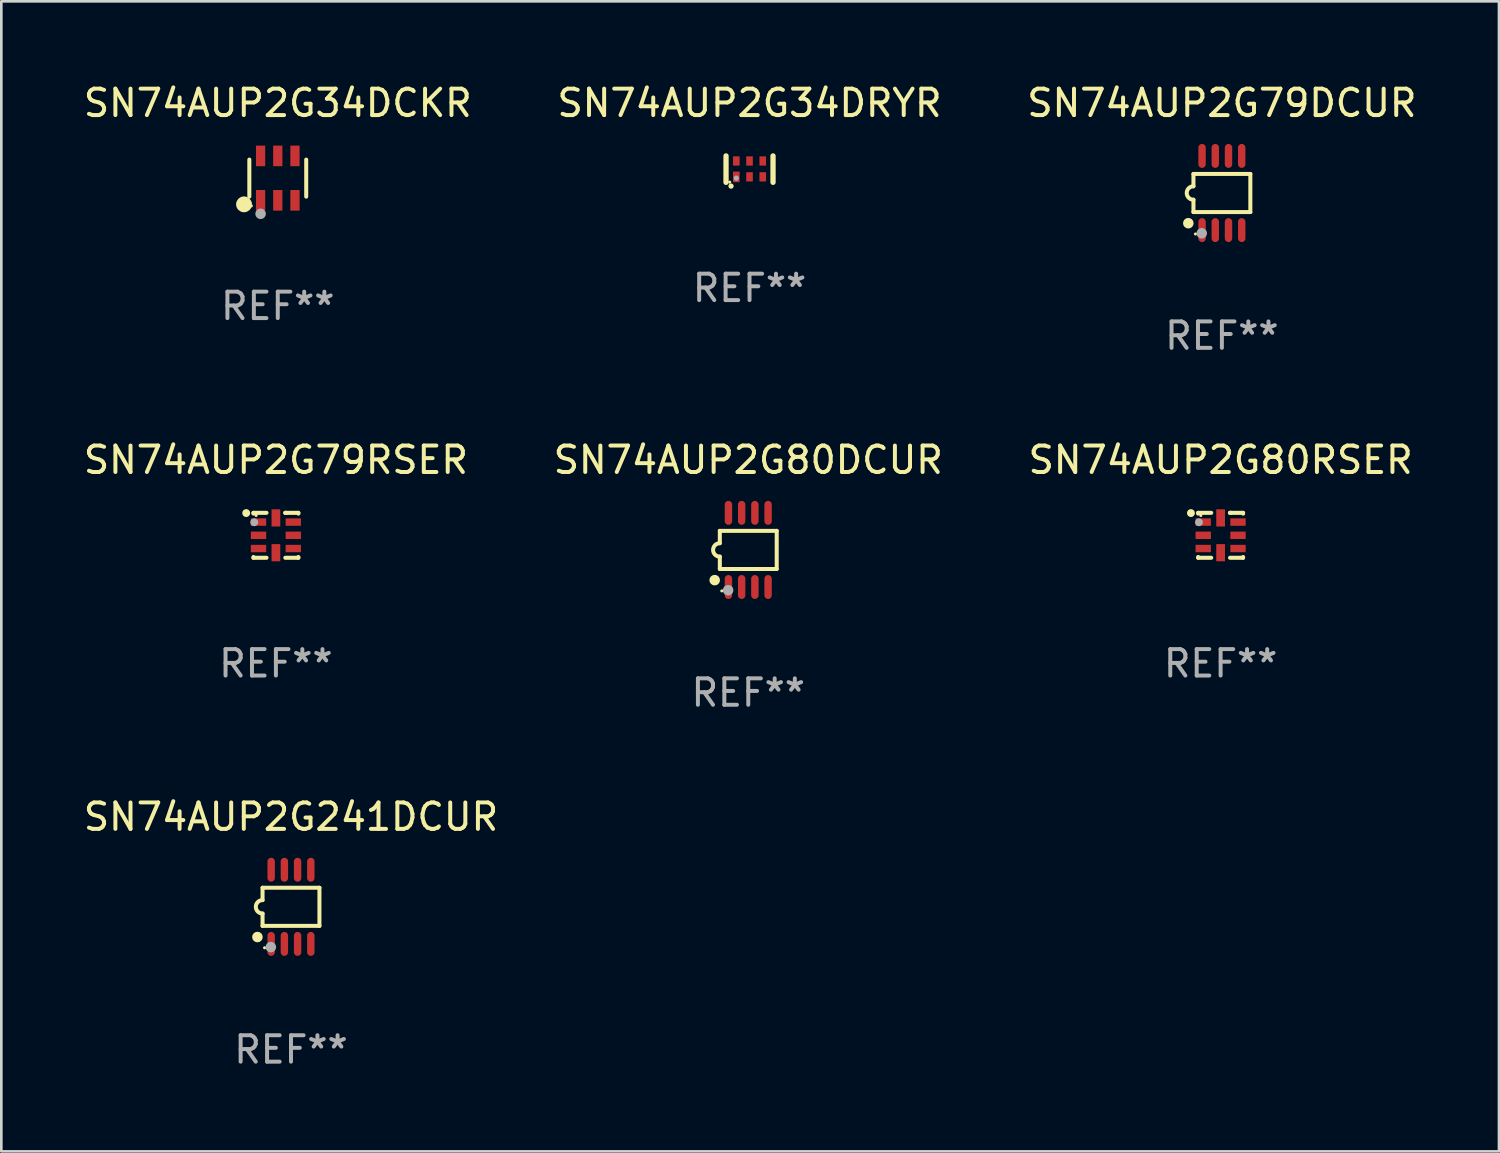
<source format=kicad_pcb>
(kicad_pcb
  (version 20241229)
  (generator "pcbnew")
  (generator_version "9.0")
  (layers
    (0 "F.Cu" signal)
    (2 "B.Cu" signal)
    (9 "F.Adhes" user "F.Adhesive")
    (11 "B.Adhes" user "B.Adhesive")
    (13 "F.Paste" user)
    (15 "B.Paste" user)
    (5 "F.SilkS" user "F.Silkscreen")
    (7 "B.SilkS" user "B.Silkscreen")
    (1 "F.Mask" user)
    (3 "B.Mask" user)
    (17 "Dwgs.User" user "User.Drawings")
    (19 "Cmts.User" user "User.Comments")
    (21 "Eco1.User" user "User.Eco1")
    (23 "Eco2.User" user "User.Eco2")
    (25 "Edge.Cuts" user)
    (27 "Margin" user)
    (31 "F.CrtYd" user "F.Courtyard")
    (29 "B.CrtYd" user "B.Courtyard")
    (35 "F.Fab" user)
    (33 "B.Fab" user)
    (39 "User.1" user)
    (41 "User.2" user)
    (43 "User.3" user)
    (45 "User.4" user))
  (footprint "SN74AUP2G34DCKR"
    (layer "F.Cu")
    (at 7.458 3.688)
    (property "Reference" "SN74AUP2G34DCKR" (at 0 -2.84 0) (layer "F.SilkS") (effects (font (size 1 1) (thickness 0.15))))
    (attr through_hole)
    (fp_line (start -1.076 0.701) (end -1.076 -0.701) (stroke (width 0.152) (type solid)) (layer "F.SilkS"))
    (fp_line (start 1.076 0.701) (end 1.076 -0.701) (stroke (width 0.152) (type solid)) (layer "F.SilkS"))
    (fp_circle (center -1.277 0.992) (end -1.127 0.992) (stroke (width 0.3) (type solid)) (fill no) (layer "F.SilkS"))
    (fp_circle (center -1 1.05) (end -0.97 1.05) (stroke (width 0.06) (type solid)) (fill no) (layer "F.SilkS"))
    (fp_circle (center -0.65 1.35) (end -0.55 1.35) (stroke (width 0.2) (type solid)) (fill no) (layer "F.Fab"))
    (fp_text user "REF**" (at 0 4.84 0) (layer "F.Fab") (effects (font (size 1 1) (thickness 0.15))))
    (pad "1" smd rect (at -0.65 0.84) (size 0.35 0.78) (layers "F.Cu" "F.Mask" "F.Paste"))
    (pad "2" smd rect (at 0 0.84) (size 0.35 0.78) (layers "F.Cu" "F.Mask" "F.Paste"))
    (pad "3" smd rect (at 0.65 0.84) (size 0.35 0.78) (layers "F.Cu" "F.Mask" "F.Paste"))
    (pad "4" smd rect (at 0.65 -0.84) (size 0.35 0.78) (layers "F.Cu" "F.Mask" "F.Paste"))
    (pad "5" smd rect (at 0 -0.84) (size 0.35 0.78) (layers "F.Cu" "F.Mask" "F.Paste"))
    (pad "6" smd rect (at -0.65 -0.84) (size 0.35 0.78) (layers "F.Cu" "F.Mask" "F.Paste")))
  (footprint "SN74AUP2G80RSER"
    (layer "F.Cu")
    (at 43.125 17.2)
    (property "Reference" "SN74AUP2G80RSER" (at 0 -2.85 0) (layer "F.SilkS") (effects (font (size 1 1) (thickness 0.15))))
    (attr through_hole)
    (fp_line (start -0.85 -0.85) (end -0.355 -0.85) (stroke (width 0.152) (type solid)) (layer "F.SilkS"))
    (fp_line (start -0.85 -0.82) (end -0.85 -0.85) (stroke (width 0.152) (type solid)) (layer "F.SilkS"))
    (fp_line (start -0.85 0.85) (end -0.85 0.82) (stroke (width 0.152) (type solid)) (layer "F.SilkS"))
    (fp_line (start -0.355 0.85) (end -0.85 0.85) (stroke (width 0.152) (type solid)) (layer "F.SilkS"))
    (fp_line (start 0.35 -0.85) (end 0.85 -0.85) (stroke (width 0.152) (type solid)) (layer "F.SilkS"))
    (fp_line (start 0.355 -0.85) (end 0.4 -0.85) (stroke (width 0.152) (type solid)) (layer "F.SilkS"))
    (fp_line (start 0.85 -0.85) (end 0.85 -0.82) (stroke (width 0.152) (type solid)) (layer "F.SilkS"))
    (fp_line (start 0.85 0.82) (end 0.85 0.85) (stroke (width 0.152) (type solid)) (layer "F.SilkS"))
    (fp_line (start 0.85 0.85) (end 0.355 0.85) (stroke (width 0.152) (type solid)) (layer "F.SilkS"))
    (fp_circle (center -1.123 -0.841) (end -1.048 -0.841) (stroke (width 0.15) (type solid)) (fill no) (layer "F.SilkS"))
    (fp_circle (center -0.75 -0.75) (end -0.72 -0.75) (stroke (width 0.06) (type solid)) (fill no) (layer "F.SilkS"))
    (fp_circle (center -0.82 -0.494) (end -0.745 -0.494) (stroke (width 0.15) (type solid)) (fill no) (layer "F.Fab"))
    (fp_text user "REF**" (at 0 4.85 0) (layer "F.Fab") (effects (font (size 1 1) (thickness 0.15))))
    (pad "1" smd rect (at -0.658 -0.5) (size 0.58 0.28) (layers "F.Cu" "F.Mask" "F.Paste"))
    (pad "2" smd rect (at -0.658 -0.000013) (size 0.58 0.28) (layers "F.Cu" "F.Mask" "F.Paste"))
    (pad "3" smd rect (at -0.658 0.5) (size 0.58 0.28) (layers "F.Cu" "F.Mask" "F.Paste"))
    (pad "4" smd rect (at -0.000013 0.658) (size 0.33 0.65) (layers "F.Cu" "F.Mask" "F.Paste"))
    (pad "5" smd rect (at 0.658 0.5) (size 0.58 0.28) (layers "F.Cu" "F.Mask" "F.Paste"))
    (pad "6" smd rect (at 0.658 -0.000013) (size 0.58 0.28) (layers "F.Cu" "F.Mask" "F.Paste"))
    (pad "7" smd rect (at 0.658 -0.5) (size 0.58 0.28) (layers "F.Cu" "F.Mask" "F.Paste"))
    (pad "8" smd rect (at -0.000013 -0.658) (size 0.33 0.65) (layers "F.Cu" "F.Mask" "F.Paste")))
  (footprint "SN74AUP2G80DCUR"
    (layer "F.Cu")
    (at 25.256 17.753)
    (property "Reference" "SN74AUP2G80DCUR" (at 0 -3.403 0) (layer "F.SilkS") (effects (font (size 1 1) (thickness 0.15))))
    (attr through_hole)
    (fp_line (start -1.076 -0.721) (end 1.076 -0.721) (stroke (width 0.152) (type solid)) (layer "F.SilkS"))
    (fp_line (start -1.076 -0.254) (end -1.076 -0.721) (stroke (width 0.152) (type solid)) (layer "F.SilkS"))
    (fp_line (start -1.076 0.254) (end -1.076 0.721) (stroke (width 0.152) (type solid)) (layer "F.SilkS"))
    (fp_line (start 1.076 -0.721) (end 1.076 0.721) (stroke (width 0.152) (type solid)) (layer "F.SilkS"))
    (fp_line (start 1.076 0.721) (end -1.076 0.721) (stroke (width 0.152) (type solid)) (layer "F.SilkS"))
    (fp_arc (start -1.076226 0.254051) (mid -1.330226 0.000051) (end -1.076226 -0.253949) (stroke (width 0.151994) (type solid)) (layer "F.SilkS"))
    (fp_circle (center -1.27 1.143) (end -1.17 1.143) (stroke (width 0.2) (type solid)) (fill no) (layer "F.SilkS"))
    (fp_circle (center -1 1.55) (end -0.97 1.55) (stroke (width 0.06) (type solid)) (fill no) (layer "F.SilkS"))
    (fp_circle (center -0.762 1.524) (end -0.662 1.524) (stroke (width 0.2) (type solid)) (fill no) (layer "F.Fab"))
    (fp_text user "REF**" (at 0 5.403 0) (layer "F.Fab") (effects (font (size 1 1) (thickness 0.15))))
    (pad "1" smd oval (at -0.75 1.403) (size 0.28 0.905) (layers "F.Cu" "F.Mask" "F.Paste"))
    (pad "2" smd oval (at -0.25 1.403) (size 0.28 0.905) (layers "F.Cu" "F.Mask" "F.Paste"))
    (pad "3" smd oval (at 0.25 1.403) (size 0.28 0.905) (layers "F.Cu" "F.Mask" "F.Paste"))
    (pad "4" smd oval (at 0.75 1.403) (size 0.28 0.905) (layers "F.Cu" "F.Mask" "F.Paste"))
    (pad "5" smd oval (at 0.75 -1.403) (size 0.28 0.905) (layers "F.Cu" "F.Mask" "F.Paste"))
    (pad "6" smd oval (at 0.25 -1.403) (size 0.28 0.905) (layers "F.Cu" "F.Mask" "F.Paste"))
    (pad "7" smd oval (at -0.25 -1.403) (size 0.28 0.905) (layers "F.Cu" "F.Mask" "F.Paste"))
    (pad "8" smd oval (at -0.75 -1.403) (size 0.28 0.905) (layers "F.Cu" "F.Mask" "F.Paste")))
  (footprint "SN74AUP2G241DCUR"
    (layer "F.Cu")
    (at 7.958 31.254)
    (property "Reference" "SN74AUP2G241DCUR" (at 0 -3.403 0) (layer "F.SilkS") (effects (font (size 1 1) (thickness 0.15))))
    (attr through_hole)
    (fp_line (start -1.076 -0.721) (end 1.076 -0.721) (stroke (width 0.152) (type solid)) (layer "F.SilkS"))
    (fp_line (start -1.076 -0.254) (end -1.076 -0.721) (stroke (width 0.152) (type solid)) (layer "F.SilkS"))
    (fp_line (start -1.076 0.254) (end -1.076 0.721) (stroke (width 0.152) (type solid)) (layer "F.SilkS"))
    (fp_line (start 1.076 -0.721) (end 1.076 0.721) (stroke (width 0.152) (type solid)) (layer "F.SilkS"))
    (fp_line (start 1.076 0.721) (end -1.076 0.721) (stroke (width 0.152) (type solid)) (layer "F.SilkS"))
    (fp_arc (start -1.076226 0.254051) (mid -1.330226 0.000051) (end -1.076226 -0.253949) (stroke (width 0.151994) (type solid)) (layer "F.SilkS"))
    (fp_circle (center -1.27 1.143) (end -1.17 1.143) (stroke (width 0.2) (type solid)) (fill no) (layer "F.SilkS"))
    (fp_circle (center -1 1.55) (end -0.97 1.55) (stroke (width 0.06) (type solid)) (fill no) (layer "F.SilkS"))
    (fp_circle (center -0.762 1.524) (end -0.662 1.524) (stroke (width 0.2) (type solid)) (fill no) (layer "F.Fab"))
    (fp_text user "REF**" (at 0 5.403 0) (layer "F.Fab") (effects (font (size 1 1) (thickness 0.15))))
    (pad "1" smd oval (at -0.75 1.403) (size 0.28 0.905) (layers "F.Cu" "F.Mask" "F.Paste"))
    (pad "2" smd oval (at -0.25 1.403) (size 0.28 0.905) (layers "F.Cu" "F.Mask" "F.Paste"))
    (pad "3" smd oval (at 0.25 1.403) (size 0.28 0.905) (layers "F.Cu" "F.Mask" "F.Paste"))
    (pad "4" smd oval (at 0.75 1.403) (size 0.28 0.905) (layers "F.Cu" "F.Mask" "F.Paste"))
    (pad "5" smd oval (at 0.75 -1.403) (size 0.28 0.905) (layers "F.Cu" "F.Mask" "F.Paste"))
    (pad "6" smd oval (at 0.25 -1.403) (size 0.28 0.905) (layers "F.Cu" "F.Mask" "F.Paste"))
    (pad "7" smd oval (at -0.25 -1.403) (size 0.28 0.905) (layers "F.Cu" "F.Mask" "F.Paste"))
    (pad "8" smd oval (at -0.75 -1.403) (size 0.28 0.905) (layers "F.Cu" "F.Mask" "F.Paste")))
  (footprint "SN74AUP2G79RSER"
    (layer "F.Cu")
    (at 7.387 17.2)
    (property "Reference" "SN74AUP2G79RSER" (at 0 -2.85 0) (layer "F.SilkS") (effects (font (size 1 1) (thickness 0.15))))
    (attr through_hole)
    (fp_line (start -0.85 -0.85) (end -0.355 -0.85) (stroke (width 0.152) (type solid)) (layer "F.SilkS"))
    (fp_line (start -0.85 -0.82) (end -0.85 -0.85) (stroke (width 0.152) (type solid)) (layer "F.SilkS"))
    (fp_line (start -0.85 0.85) (end -0.85 0.82) (stroke (width 0.152) (type solid)) (layer "F.SilkS"))
    (fp_line (start -0.355 0.85) (end -0.85 0.85) (stroke (width 0.152) (type solid)) (layer "F.SilkS"))
    (fp_line (start 0.35 -0.85) (end 0.85 -0.85) (stroke (width 0.152) (type solid)) (layer "F.SilkS"))
    (fp_line (start 0.355 -0.85) (end 0.4 -0.85) (stroke (width 0.152) (type solid)) (layer "F.SilkS"))
    (fp_line (start 0.85 -0.85) (end 0.85 -0.82) (stroke (width 0.152) (type solid)) (layer "F.SilkS"))
    (fp_line (start 0.85 0.82) (end 0.85 0.85) (stroke (width 0.152) (type solid)) (layer "F.SilkS"))
    (fp_line (start 0.85 0.85) (end 0.355 0.85) (stroke (width 0.152) (type solid)) (layer "F.SilkS"))
    (fp_circle (center -1.123 -0.841) (end -1.048 -0.841) (stroke (width 0.15) (type solid)) (fill no) (layer "F.SilkS"))
    (fp_circle (center -0.75 -0.75) (end -0.72 -0.75) (stroke (width 0.06) (type solid)) (fill no) (layer "F.SilkS"))
    (fp_circle (center -0.82 -0.494) (end -0.745 -0.494) (stroke (width 0.15) (type solid)) (fill no) (layer "F.Fab"))
    (fp_text user "REF**" (at 0 4.85 0) (layer "F.Fab") (effects (font (size 1 1) (thickness 0.15))))
    (pad "1" smd rect (at -0.658 -0.5) (size 0.58 0.28) (layers "F.Cu" "F.Mask" "F.Paste"))
    (pad "2" smd rect (at -0.658 -0.000013) (size 0.58 0.28) (layers "F.Cu" "F.Mask" "F.Paste"))
    (pad "3" smd rect (at -0.658 0.5) (size 0.58 0.28) (layers "F.Cu" "F.Mask" "F.Paste"))
    (pad "4" smd rect (at -0.000013 0.658) (size 0.33 0.65) (layers "F.Cu" "F.Mask" "F.Paste"))
    (pad "5" smd rect (at 0.658 0.5) (size 0.58 0.28) (layers "F.Cu" "F.Mask" "F.Paste"))
    (pad "6" smd rect (at 0.658 -0.000013) (size 0.58 0.28) (layers "F.Cu" "F.Mask" "F.Paste"))
    (pad "7" smd rect (at 0.658 -0.5) (size 0.58 0.28) (layers "F.Cu" "F.Mask" "F.Paste"))
    (pad "8" smd rect (at -0.000013 -0.658) (size 0.33 0.65) (layers "F.Cu" "F.Mask" "F.Paste")))
  (footprint "SN74AUP2G34DRYR"
    (layer "F.Cu")
    (at 25.304 3.348)
    (property "Reference" "SN74AUP2G34DRYR" (at 0 -2.5 0) (layer "F.SilkS") (effects (font (size 1 1) (thickness 0.15))))
    (attr through_hole)
    (fp_line (start -0.889 0.5) (end -0.889 -0.5) (stroke (width 0.2) (type solid)) (layer "F.SilkS"))
    (fp_line (start 0.889 0.5) (end 0.889 -0.5) (stroke (width 0.2) (type solid)) (layer "F.SilkS"))
    (fp_circle (center -0.75 0.492) (end -0.72 0.492) (stroke (width 0.06) (type solid)) (fill no) (layer "F.SilkS"))
    (fp_circle (center -0.7 0.642) (end -0.65 0.642) (stroke (width 0.1) (type solid)) (fill no) (layer "F.SilkS"))
    (fp_circle (center -0.5 0.342) (end -0.45 0.342) (stroke (width 0.1) (type solid)) (fill no) (layer "F.Fab"))
    (fp_text user "REF**" (at 0 4.5 0) (layer "F.Fab") (effects (font (size 1 1) (thickness 0.15))))
    (pad "1" smd rect (at -0.5 0.292) (size 0.25 0.4) (layers "F.Cu" "F.Mask" "F.Paste"))
    (pad "2" smd rect (at -0.000127 0.292) (size 0.25 0.35) (layers "F.Cu" "F.Mask" "F.Paste"))
    (pad "3" smd rect (at 0.5 0.292) (size 0.25 0.35) (layers "F.Cu" "F.Mask" "F.Paste"))
    (pad "4" smd rect (at 0.5 -0.308 180) (size 0.25 0.35) (layers "F.Cu" "F.Mask" "F.Paste"))
    (pad "5" smd rect (at -0.000127 -0.308 180) (size 0.25 0.35) (layers "F.Cu" "F.Mask" "F.Paste"))
    (pad "6" smd rect (at -0.5 -0.308 180) (size 0.25 0.35) (layers "F.Cu" "F.Mask" "F.Paste")))
  (footprint "SN74AUP2G79DCUR"
    (layer "F.Cu")
    (at 43.173 4.251)
    (property "Reference" "SN74AUP2G79DCUR" (at 0 -3.403 0) (layer "F.SilkS") (effects (font (size 1 1) (thickness 0.15))))
    (attr through_hole)
    (fp_line (start -1.076 -0.721) (end 1.076 -0.721) (stroke (width 0.152) (type solid)) (layer "F.SilkS"))
    (fp_line (start -1.076 -0.254) (end -1.076 -0.721) (stroke (width 0.152) (type solid)) (layer "F.SilkS"))
    (fp_line (start -1.076 0.254) (end -1.076 0.721) (stroke (width 0.152) (type solid)) (layer "F.SilkS"))
    (fp_line (start 1.076 -0.721) (end 1.076 0.721) (stroke (width 0.152) (type solid)) (layer "F.SilkS"))
    (fp_line (start 1.076 0.721) (end -1.076 0.721) (stroke (width 0.152) (type solid)) (layer "F.SilkS"))
    (fp_arc (start -1.076226 0.254051) (mid -1.330226 0.000051) (end -1.076226 -0.253949) (stroke (width 0.151994) (type solid)) (layer "F.SilkS"))
    (fp_circle (center -1.27 1.143) (end -1.17 1.143) (stroke (width 0.2) (type solid)) (fill no) (layer "F.SilkS"))
    (fp_circle (center -1 1.55) (end -0.97 1.55) (stroke (width 0.06) (type solid)) (fill no) (layer "F.SilkS"))
    (fp_circle (center -0.762 1.524) (end -0.662 1.524) (stroke (width 0.2) (type solid)) (fill no) (layer "F.Fab"))
    (fp_text user "REF**" (at 0 5.403 0) (layer "F.Fab") (effects (font (size 1 1) (thickness 0.15))))
    (pad "1" smd oval (at -0.75 1.403) (size 0.28 0.905) (layers "F.Cu" "F.Mask" "F.Paste"))
    (pad "2" smd oval (at -0.25 1.403) (size 0.28 0.905) (layers "F.Cu" "F.Mask" "F.Paste"))
    (pad "3" smd oval (at 0.25 1.403) (size 0.28 0.905) (layers "F.Cu" "F.Mask" "F.Paste"))
    (pad "4" smd oval (at 0.75 1.403) (size 0.28 0.905) (layers "F.Cu" "F.Mask" "F.Paste"))
    (pad "5" smd oval (at 0.75 -1.403) (size 0.28 0.905) (layers "F.Cu" "F.Mask" "F.Paste"))
    (pad "6" smd oval (at 0.25 -1.403) (size 0.28 0.905) (layers "F.Cu" "F.Mask" "F.Paste"))
    (pad "7" smd oval (at -0.25 -1.403) (size 0.28 0.905) (layers "F.Cu" "F.Mask" "F.Paste"))
    (pad "8" smd oval (at -0.75 -1.403) (size 0.28 0.905) (layers "F.Cu" "F.Mask" "F.Paste")))
  (gr_rect
    (start -3 -3)
    (end 53.655 40.505)
    (stroke (width 0.1) (type default))
    (fill no)
    (layer "Edge.Cuts")))
</source>
